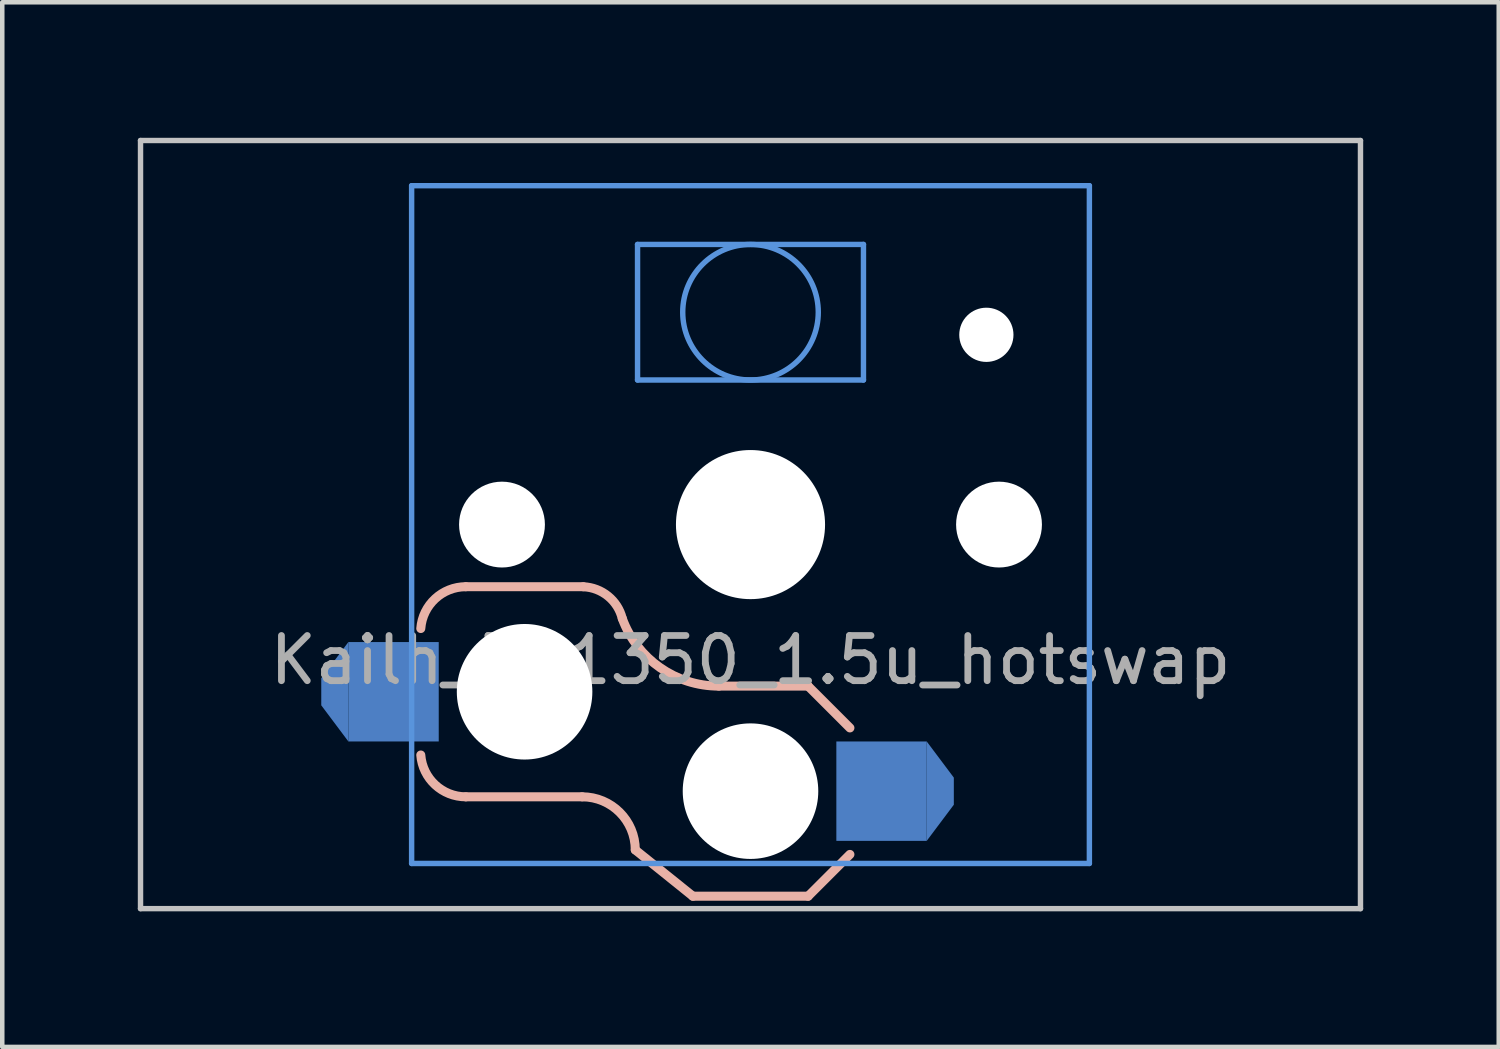
<source format=kicad_pcb>
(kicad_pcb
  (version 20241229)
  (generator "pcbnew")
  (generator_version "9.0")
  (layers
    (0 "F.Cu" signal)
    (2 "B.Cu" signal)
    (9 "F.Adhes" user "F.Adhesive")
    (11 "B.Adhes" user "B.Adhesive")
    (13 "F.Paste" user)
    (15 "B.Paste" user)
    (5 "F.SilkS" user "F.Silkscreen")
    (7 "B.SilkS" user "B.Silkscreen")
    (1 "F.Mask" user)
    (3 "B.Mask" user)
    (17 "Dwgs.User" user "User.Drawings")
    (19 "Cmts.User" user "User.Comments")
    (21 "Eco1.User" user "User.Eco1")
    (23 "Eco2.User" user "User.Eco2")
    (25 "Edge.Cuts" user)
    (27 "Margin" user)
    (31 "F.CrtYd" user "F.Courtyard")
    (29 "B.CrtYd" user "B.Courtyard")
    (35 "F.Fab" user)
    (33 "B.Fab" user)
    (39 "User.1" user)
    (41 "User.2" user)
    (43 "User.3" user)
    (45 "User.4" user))
  (footprint "Kailh_PG1350_1.5u_hotswap"
    (layer "F.Cu")
    (at 13.56 8.56)
    (property "Reference" "Kailh_PG1350_1.5u_hotswap" (at 0 3 0) (layer "F.Fab") (effects (font (size 1 1) (thickness 0.15))))
    (attr through_hole)
    (fp_line (start -6.3 1.375) (end -3.7 1.375) (stroke (width 0.2) (type solid)) (layer "B.SilkS"))
    (fp_line (start -6.3 6.025) (end -3.725 6.025) (stroke (width 0.2) (type solid)) (layer "B.SilkS"))
    (fp_line (start -1.275 8.225) (end -2.55 7.2) (stroke (width 0.2) (type solid)) (layer "B.SilkS"))
    (fp_line (start -1.275 8.225) (end 1.275 8.225) (stroke (width 0.2) (type solid)) (layer "B.SilkS"))
    (fp_line (start -0.7 3.575) (end 1.275 3.575) (stroke (width 0.2) (type solid)) (layer "B.SilkS"))
    (fp_line (start 2.2 4.5) (end 1.275 3.575) (stroke (width 0.2) (type solid)) (layer "B.SilkS"))
    (fp_line (start 2.2 7.3) (end 1.275 8.225) (stroke (width 0.2) (type solid)) (layer "B.SilkS"))
    (fp_arc (start -7.297199 2.30021) (mid -6.980151 1.641928) (end -6.3 1.375) (stroke (width 0.2) (type solid)) (layer "B.SilkS"))
    (fp_arc (start -6.3 6.025) (mid -6.980151 5.758072) (end -7.297199 5.09979) (stroke (width 0.2) (type solid)) (layer "B.SilkS"))
    (fp_arc (start -3.725 6.025) (mid -2.89415 6.36915) (end -2.55 7.2) (stroke (width 0.2) (type solid)) (layer "B.SilkS"))
    (fp_arc (start -3.699539 1.376187) (mid -3.151923 1.583811) (end -2.837801 2.078096) (stroke (width 0.2) (type solid)) (layer "B.SilkS"))
    (fp_arc (start -0.7 3.575) (mid -2.004886 3.163571) (end -2.837801 2.078096) (stroke (width 0.2) (type solid)) (layer "B.SilkS"))
    (fp_line (start -13.5 -8.5) (end -13.5 8.5) (stroke (width 0.12) (type solid)) (layer "Dwgs.User"))
    (fp_line (start -13.5 -8.5) (end 13.5 -8.5) (stroke (width 0.12) (type solid)) (layer "Dwgs.User"))
    (fp_line (start -13.5 8.5) (end 13.5 8.5) (stroke (width 0.12) (type solid)) (layer "Dwgs.User"))
    (fp_line (start 13.5 -8.5) (end 13.5 8.5) (stroke (width 0.12) (type solid)) (layer "Dwgs.User"))
    (fp_line (start -7.5 -7.5) (end -7.5 7.5) (stroke (width 0.12) (type solid)) (layer "Cmts.User"))
    (fp_line (start -7.5 -7.5) (end 7.5 -7.5) (stroke (width 0.12) (type solid)) (layer "Cmts.User"))
    (fp_line (start -2.5 -6.2) (end 2.5 -6.2) (stroke (width 0.12) (type solid)) (layer "Cmts.User"))
    (fp_line (start -2.5 -3.2) (end -2.5 -6.2) (stroke (width 0.12) (type solid)) (layer "Cmts.User"))
    (fp_line (start -2.5 -3.2) (end 2.5 -3.2) (stroke (width 0.12) (type solid)) (layer "Cmts.User"))
    (fp_line (start 2.5 -3.2) (end 2.5 -6.2) (stroke (width 0.12) (type solid)) (layer "Cmts.User"))
    (fp_line (start 7.5 7.5) (end -7.5 7.5) (stroke (width 0.12) (type solid)) (layer "Cmts.User"))
    (fp_line (start 7.5 7.5) (end 7.5 -7.5) (stroke (width 0.12) (type solid)) (layer "Cmts.User"))
    (fp_circle (center 0 -4.7) (end 0 -6.2) (stroke (width 0.12) (type solid)) (fill no) (layer "Cmts.User"))
    (pad "" np_thru_hole circle (at -5.5 0) (size 1.9 1.9) (drill 1.9) (layers "*.Cu" "*.Mask"))
    (pad "" np_thru_hole circle (at -5 3.7) (size 3 3) (drill 3) (layers "*.Cu" "*.Mask"))
    (pad "" np_thru_hole circle (at 0 0) (size 3.3 3.3) (drill 3.3) (layers "*.Cu" "*.Mask"))
    (pad "" np_thru_hole circle (at 0 5.9) (size 3 3) (drill 3) (layers "*.Cu" "*.Mask"))
    (pad "" np_thru_hole circle (at 5.22 -4.2) (size 1.2 1.2) (drill 1.2) (layers "*.Cu" "*.Mask"))
    (pad "" np_thru_hole circle (at 5.5 0) (size 1.9 1.9) (drill 1.9) (layers "*.Cu" "*.Mask"))
    (pad "1" smd trapezoid (at -9.2 3.7 180) (size 0.6 1.4) (rect_delta 0.8 0) (layers "B.Cu" "B.Mask" "B.Paste"))
    (pad "1" smd rect (at -7.9 3.7 180) (size 2 2.2) (layers "B.Cu" "B.Mask" "B.Paste"))
    (pad "2" smd rect (at 2.9 5.9 180) (size 2 2.2) (layers "B.Cu" "B.Mask" "B.Paste"))
    (pad "2" smd trapezoid (at 4.2 5.9) (size 0.6 1.4) (rect_delta 0.8 0) (layers "B.Cu" "B.Mask" "B.Paste")))
  (gr_rect
    (start -3 -3)
    (end 30.12 20.12)
    (stroke (width 0.1) (type default))
    (fill no)
    (layer "Edge.Cuts")))
</source>
